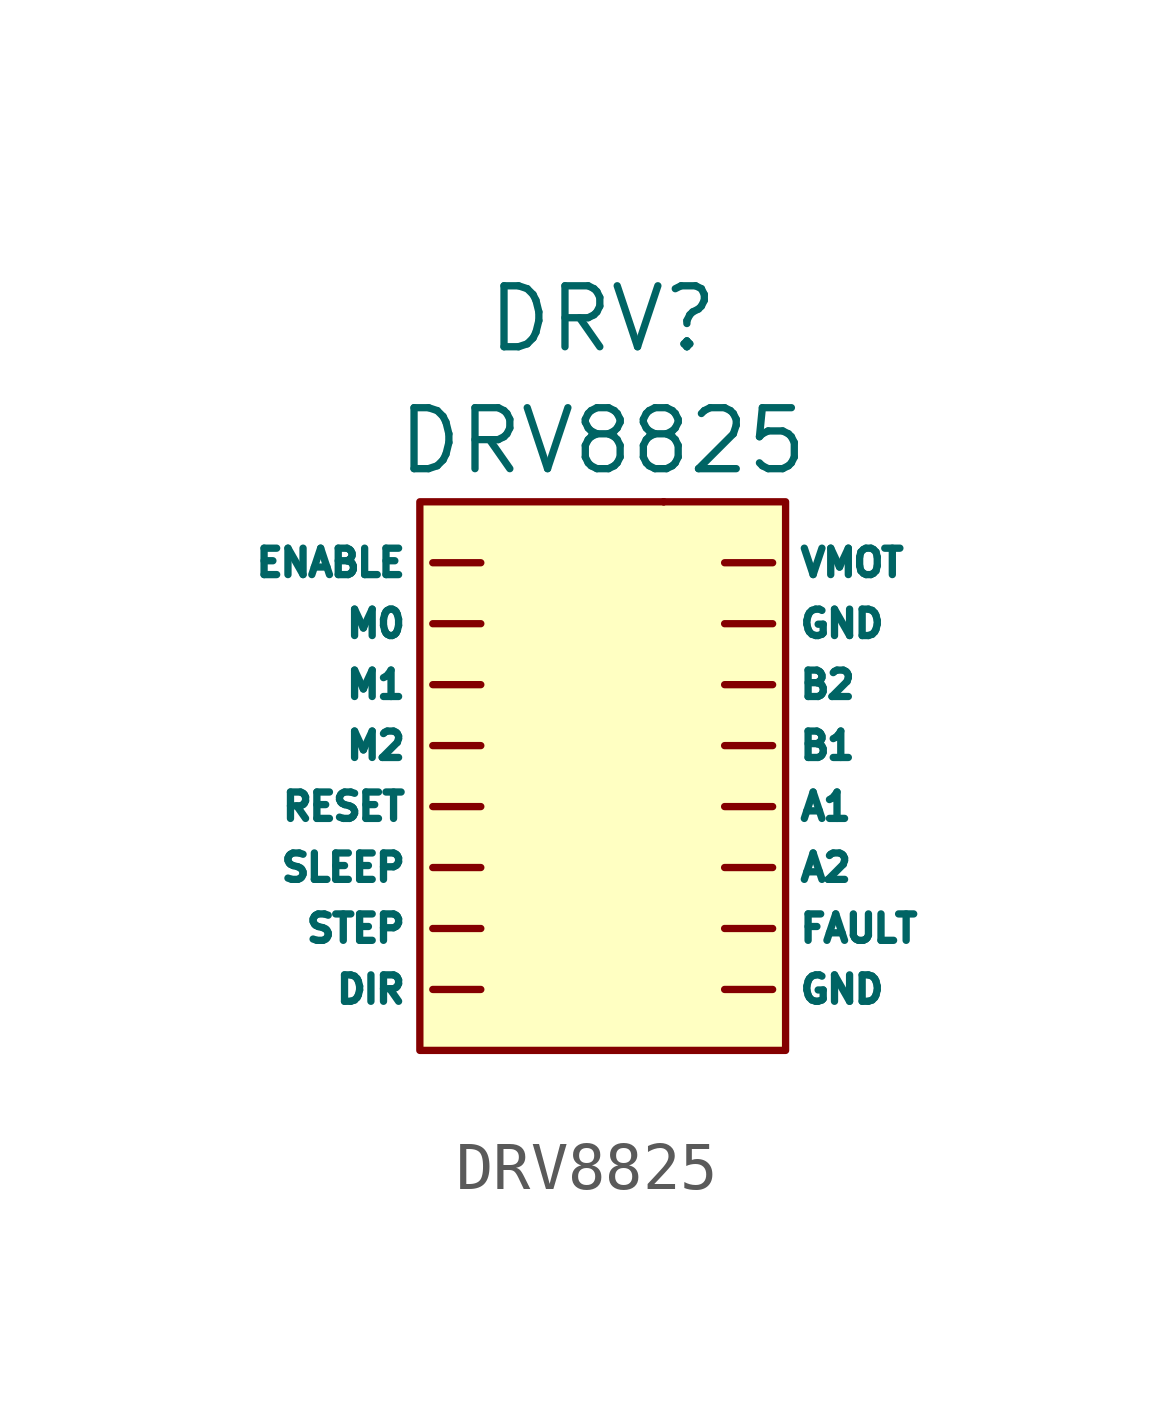
<source format=kicad_sym>
(kicad_symbol_lib
  (version 20211014)
  (generator kicad_symbol_editor)
  (symbol "DRV8825"
    (pin_numbers hide)
    (property "Reference" "DRV"
      (at 0 2.54 0)
      (effects (font (size 1.27 1.27))))
    (property "Value" "DRV8825"
      (at 0 0 0)
      (effects (font (size 1.27 1.27))))
    (symbol "DRV8825_0_0"
      (rectangle (start -3.81 -1.27) (end 3.81 -12.7) (stroke (width 0) (type default) (color 0 0 0 0)) (fill (type background)))
      (rectangle (start 1.27 -1.27) (end 1.27 -1.27) (stroke (width 0) (type default) (color 0 0 0 0)) (fill (type none)))
      (rectangle (start 1.27 -1.27) (end 1.27 -1.27) (stroke (width 0) (type default) (color 0 0 0 0)) (fill (type none))))
    (symbol "DRV8825_1_1"
      (pin input line (at 2.54 -7.62 0) (length 1) (name "A1" (effects (font (size 0.55 0.55)))) (number "" (effects (font (size 1.27 1.27)))))
      (pin input line (at 2.54 -8.89 0) (length 1) (name "A2" (effects (font (size 0.55 0.55)))) (number "" (effects (font (size 1.27 1.27)))))
      (pin input line (at 2.54 -6.35 0) (length 1) (name "B1" (effects (font (size 0.55 0.55)))) (number "" (effects (font (size 1.27 1.27)))))
      (pin input line (at 2.54 -5.08 0) (length 1) (name "B2" (effects (font (size 0.55 0.55)))) (number "" (effects (font (size 1.27 1.27)))))
      (pin input line (at -2.54 -11.43 180) (length 1) (name "DIR" (effects (font (size 0.55 0.55)))) (number "" (effects (font (size 1.27 1.27)))))
      (pin input line (at -2.54 -2.54 180) (length 1) (name "ENABLE" (effects (font (size 0.55 0.55)))) (number "" (effects (font (size 1.27 1.27)))))
      (pin input line (at 2.54 -10.16 0) (length 1) (name "FAULT" (effects (font (size 0.55 0.55)))) (number "" (effects (font (size 1.27 1.27)))))
      (pin input line (at 2.54 -11.43 0) (length 1) (name "GND" (effects (font (size 0.55 0.55)))) (number "" (effects (font (size 1.27 1.27)))))
      (pin input line (at 2.54 -3.81 0) (length 1) (name "GND" (effects (font (size 0.55 0.55)))) (number "" (effects (font (size 1.27 1.27)))))
      (pin input line (at -2.54 -3.81 180) (length 1) (name "M0" (effects (font (size 0.55 0.55)))) (number "" (effects (font (size 1.27 1.27)))))
      (pin input line (at -2.54 -5.08 180) (length 1) (name "M1" (effects (font (size 0.55 0.55)))) (number "" (effects (font (size 1.27 1.27)))))
      (pin input line (at -2.54 -6.35 180) (length 1) (name "M2" (effects (font (size 0.55 0.55)))) (number "" (effects (font (size 1.27 1.27)))))
      (pin input line (at -2.54 -7.62 180) (length 1) (name "RESET" (effects (font (size 0.55 0.55)))) (number "" (effects (font (size 1.27 1.27)))))
      (pin input line (at -2.54 -8.89 180) (length 1) (name "SLEEP" (effects (font (size 0.55 0.55)))) (number "" (effects (font (size 1.27 1.27)))))
      (pin input line (at -2.54 -10.16 180) (length 1) (name "STEP" (effects (font (size 0.55 0.55)))) (number "" (effects (font (size 1.27 1.27)))))
      (pin input line (at 2.54 -2.54 0) (length 1) (name "VMOT" (effects (font (size 0.55 0.55)))) (number "" (effects (font (size 1.27 1.27))))))))
</source>
